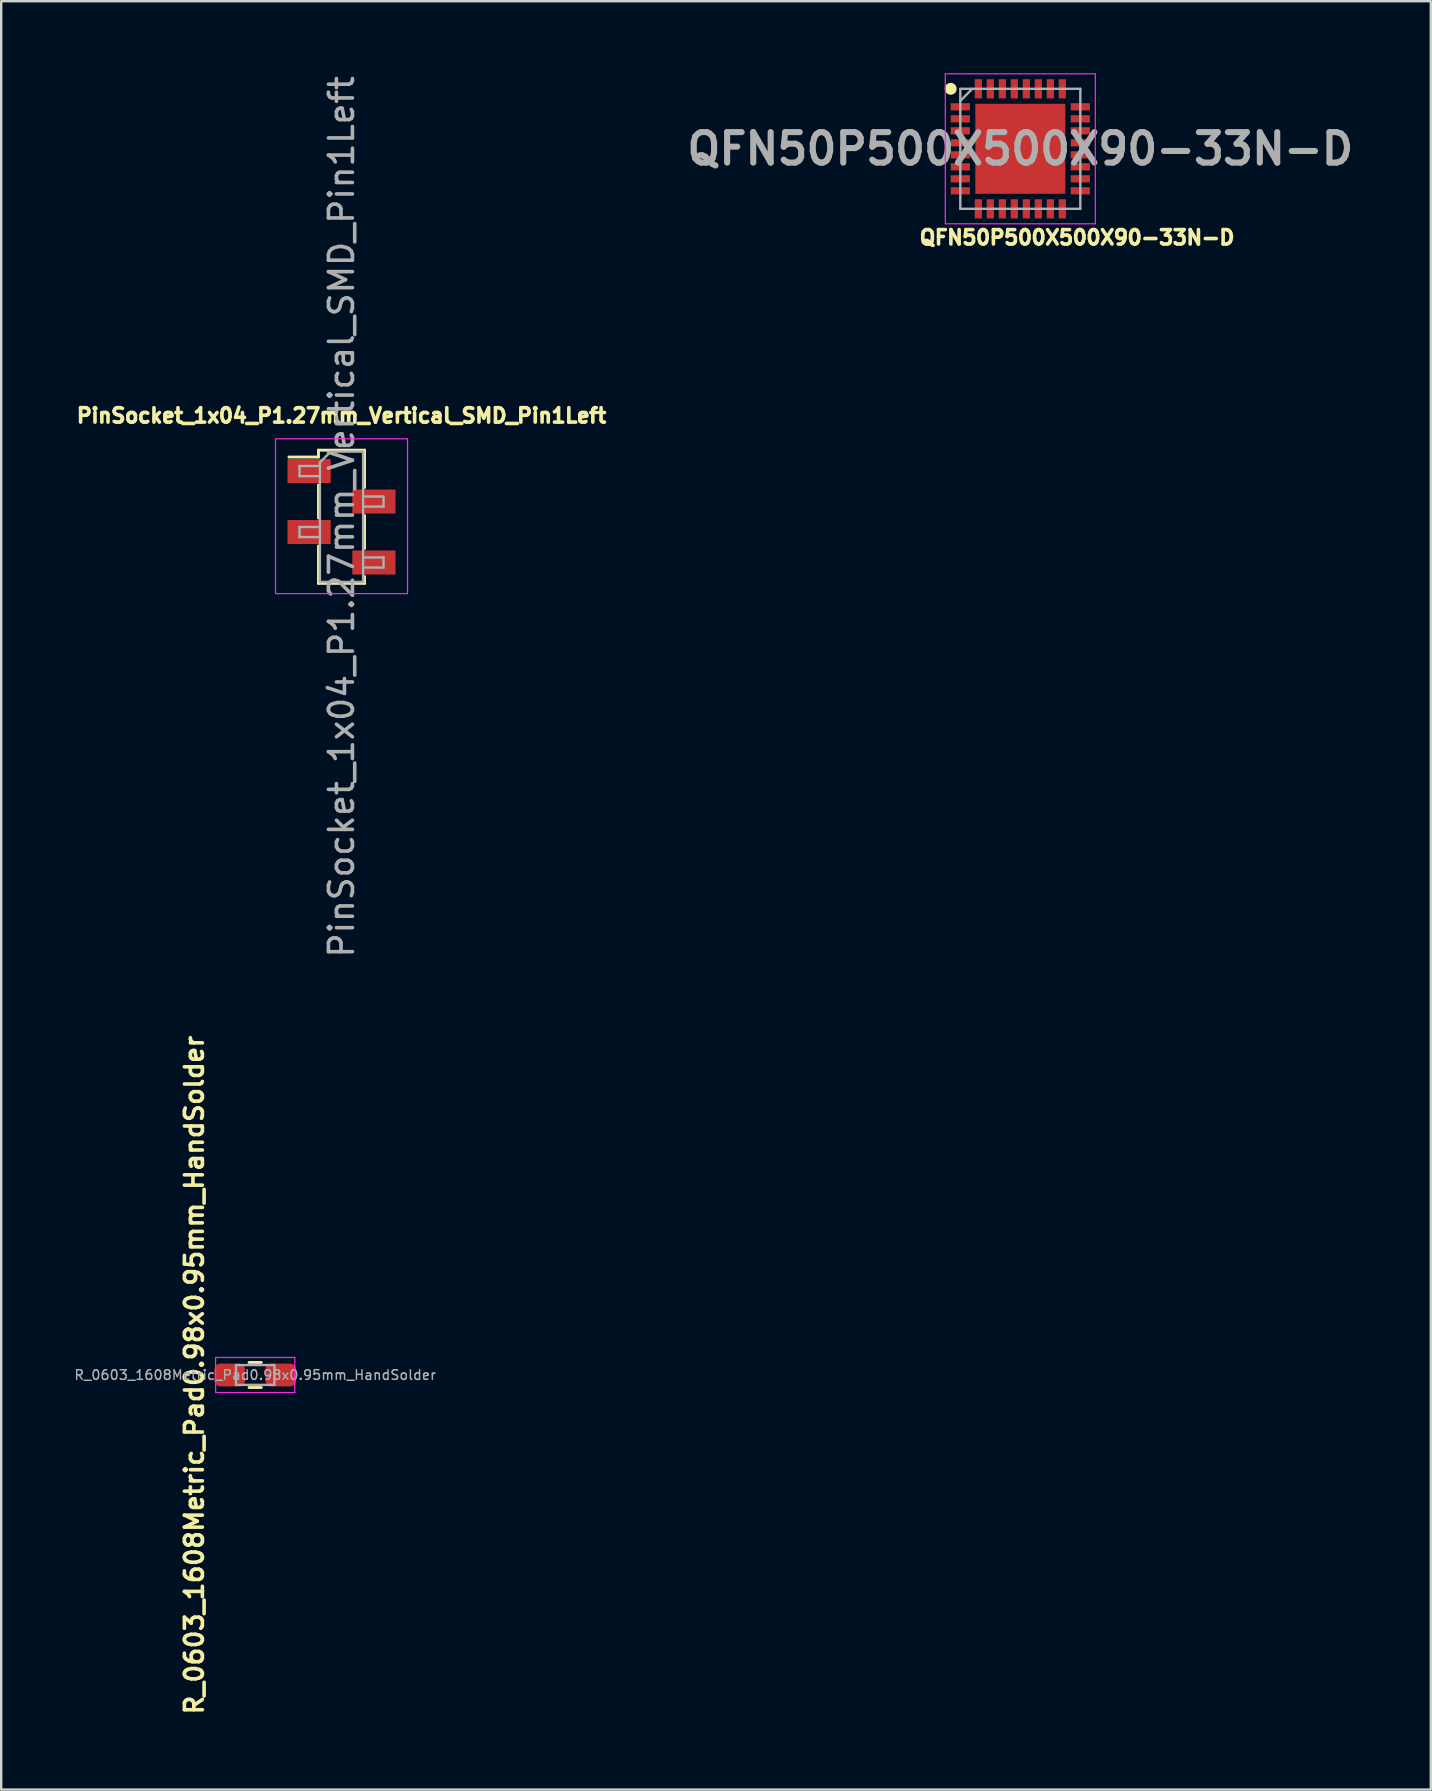
<source format=kicad_pcb>
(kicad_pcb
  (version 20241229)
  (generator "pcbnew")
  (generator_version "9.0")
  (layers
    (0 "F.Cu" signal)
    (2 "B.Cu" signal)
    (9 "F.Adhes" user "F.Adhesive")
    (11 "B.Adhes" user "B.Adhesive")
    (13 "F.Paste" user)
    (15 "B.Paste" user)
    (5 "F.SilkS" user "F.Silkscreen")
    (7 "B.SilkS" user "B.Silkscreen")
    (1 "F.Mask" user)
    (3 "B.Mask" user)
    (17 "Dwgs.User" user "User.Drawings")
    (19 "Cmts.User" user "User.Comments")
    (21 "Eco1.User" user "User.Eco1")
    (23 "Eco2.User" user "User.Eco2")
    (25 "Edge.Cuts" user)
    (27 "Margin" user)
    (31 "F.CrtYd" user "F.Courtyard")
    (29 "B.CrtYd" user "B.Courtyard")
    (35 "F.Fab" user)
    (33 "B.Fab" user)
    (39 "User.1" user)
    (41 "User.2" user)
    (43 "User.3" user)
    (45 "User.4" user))
  (footprint "PinSocket_1x04_P1.27mm_Vertical_SMD_Pin1Left"
    (layer "F.Cu")
    (at 11.179 18.482)
    (property "Reference" "PinSocket_1x04_P1.27mm_Vertical_SMD_Pin1Left" (at 0 -4.215 0) (layer "F.SilkS") (effects (font (size 0.6 0.6) (thickness 0.15))))
    (attr smd)
    (fp_line (start -2.19 -2.49) (end -0.96 -2.49) (stroke (width 0.12) (type solid)) (layer "F.SilkS"))
    (fp_line (start -0.96 -2.775) (end -0.96 -2.49) (stroke (width 0.12) (type solid)) (layer "F.SilkS"))
    (fp_line (start -0.96 -2.775) (end 0.96 -2.775) (stroke (width 0.12) (type solid)) (layer "F.SilkS"))
    (fp_line (start -0.96 -1.32) (end -0.96 0.05) (stroke (width 0.12) (type solid)) (layer "F.SilkS"))
    (fp_line (start -0.96 1.22) (end -0.96 2.775) (stroke (width 0.12) (type solid)) (layer "F.SilkS"))
    (fp_line (start -0.96 2.775) (end 0.96 2.775) (stroke (width 0.12) (type solid)) (layer "F.SilkS"))
    (fp_line (start 0.96 -2.775) (end 0.96 -1.22) (stroke (width 0.12) (type solid)) (layer "F.SilkS"))
    (fp_line (start 0.96 -0.05) (end 0.96 1.32) (stroke (width 0.12) (type solid)) (layer "F.SilkS"))
    (fp_line (start 0.96 2.49) (end 0.96 2.775) (stroke (width 0.12) (type solid)) (layer "F.SilkS"))
    (fp_line (start -2.75 -3.25) (end 2.75 -3.25) (stroke (width 0.05) (type solid)) (layer "F.CrtYd"))
    (fp_line (start -2.75 3.2) (end -2.75 -3.25) (stroke (width 0.05) (type solid)) (layer "F.CrtYd"))
    (fp_line (start 2.75 -3.25) (end 2.75 3.2) (stroke (width 0.05) (type solid)) (layer "F.CrtYd"))
    (fp_line (start 2.75 3.2) (end -2.75 3.2) (stroke (width 0.05) (type solid)) (layer "F.CrtYd"))
    (fp_line (start -1.75 -2.115) (end -0.9 -2.115) (stroke (width 0.1) (type solid)) (layer "F.Fab"))
    (fp_line (start -1.75 -1.695) (end -1.75 -2.115) (stroke (width 0.1) (type solid)) (layer "F.Fab"))
    (fp_line (start -1.75 0.425) (end -0.9 0.425) (stroke (width 0.1) (type solid)) (layer "F.Fab"))
    (fp_line (start -1.75 0.845) (end -1.75 0.425) (stroke (width 0.1) (type solid)) (layer "F.Fab"))
    (fp_line (start -0.9 -2.265) (end -0.45 -2.715) (stroke (width 0.1) (type solid)) (layer "F.Fab"))
    (fp_line (start -0.9 -1.695) (end -1.75 -1.695) (stroke (width 0.1) (type solid)) (layer "F.Fab"))
    (fp_line (start -0.9 0.845) (end -1.75 0.845) (stroke (width 0.1) (type solid)) (layer "F.Fab"))
    (fp_line (start -0.9 2.715) (end -0.9 -2.265) (stroke (width 0.1) (type solid)) (layer "F.Fab"))
    (fp_line (start -0.45 -2.715) (end 0.9 -2.715) (stroke (width 0.1) (type solid)) (layer "F.Fab"))
    (fp_line (start 0.9 -2.715) (end 0.9 2.715) (stroke (width 0.1) (type solid)) (layer "F.Fab"))
    (fp_line (start 0.9 -0.845) (end 1.75 -0.845) (stroke (width 0.1) (type solid)) (layer "F.Fab"))
    (fp_line (start 0.9 1.695) (end 1.75 1.695) (stroke (width 0.1) (type solid)) (layer "F.Fab"))
    (fp_line (start 0.9 2.715) (end -0.9 2.715) (stroke (width 0.1) (type solid)) (layer "F.Fab"))
    (fp_line (start 1.75 -0.845) (end 1.75 -0.425) (stroke (width 0.1) (type solid)) (layer "F.Fab"))
    (fp_line (start 1.75 -0.425) (end 0.9 -0.425) (stroke (width 0.1) (type solid)) (layer "F.Fab"))
    (fp_line (start 1.75 1.695) (end 1.75 2.115) (stroke (width 0.1) (type solid)) (layer "F.Fab"))
    (fp_line (start 1.75 2.115) (end 0.9 2.115) (stroke (width 0.1) (type solid)) (layer "F.Fab"))
    (fp_text user "${REFERENCE}" (at 0 0 90) (layer "F.Fab") (effects (font (size 1 1) (thickness 0.15))))
    (pad "1" smd rect (at -1.35 -1.905) (size 1.8 1) (layers "F.Cu" "F.Mask" "F.Paste"))
    (pad "2" smd rect (at 1.35 -0.635) (size 1.8 1) (layers "F.Cu" "F.Mask" "F.Paste"))
    (pad "3" smd rect (at -1.35 0.635) (size 1.8 1) (layers "F.Cu" "F.Mask" "F.Paste"))
    (pad "4" smd rect (at 1.35 1.905) (size 1.8 1) (layers "F.Cu" "F.Mask" "F.Paste")))
  (footprint "R_0603_1608Metric_Pad0.98x0.95mm_HandSolder"
    (layer "F.Cu")
    (at 7.583 54.239)
    (property "Reference" "R_0603_1608Metric_Pad0.98x0.95mm_HandSolder" (at -2.54 0 90) (layer "F.SilkS") (effects (font (size 0.75 0.75) (thickness 0.15))))
    (attr smd)
    (fp_line (start -0.255 -0.522) (end 0.255 -0.522) (stroke (width 0.12) (type solid)) (layer "F.SilkS"))
    (fp_line (start -0.255 0.522) (end 0.255 0.522) (stroke (width 0.12) (type solid)) (layer "F.SilkS"))
    (fp_line (start -1.65 -0.73) (end 1.65 -0.73) (stroke (width 0.05) (type solid)) (layer "F.CrtYd"))
    (fp_line (start -1.65 0.73) (end -1.65 -0.73) (stroke (width 0.05) (type solid)) (layer "F.CrtYd"))
    (fp_line (start 1.65 -0.73) (end 1.65 0.73) (stroke (width 0.05) (type solid)) (layer "F.CrtYd"))
    (fp_line (start 1.65 0.73) (end -1.65 0.73) (stroke (width 0.05) (type solid)) (layer "F.CrtYd"))
    (fp_line (start -0.8 -0.412) (end 0.8 -0.412) (stroke (width 0.1) (type solid)) (layer "F.Fab"))
    (fp_line (start -0.8 0.412) (end -0.8 -0.412) (stroke (width 0.1) (type solid)) (layer "F.Fab"))
    (fp_line (start 0.8 -0.412) (end 0.8 0.412) (stroke (width 0.1) (type solid)) (layer "F.Fab"))
    (fp_line (start 0.8 0.412) (end -0.8 0.412) (stroke (width 0.1) (type solid)) (layer "F.Fab"))
    (fp_text user "${REFERENCE}" (at 0 0 0) (layer "F.Fab") (effects (font (size 0.4 0.4) (thickness 0.06))))
    (pad "1" smd roundrect (at -1.062 0) (size 1.275 0.95) (layers "F.Cu" "F.Mask" "F.Paste") (roundrect_rratio 0.25))
    (pad "2" smd roundrect (at 1.062 0) (size 1.275 0.95) (layers "F.Cu" "F.Mask" "F.Paste") (roundrect_rratio 0.25)))
  (footprint "QFN50P500X500X90-33N-D"
    (layer "F.Cu")
    (at 39.462 3.15)
    (property "Reference" "QFN50P500X500X90-33N-D" (at 2.364 3.696 0) (layer "F.SilkS") (effects (font (size 0.6 0.6) (thickness 0.15))))
    (attr smd)
    (fp_circle (center -2.9 -2.5) (end -2.9 -2.375) (stroke (width 0.25) (type solid)) (fill no) (layer "F.SilkS"))
    (fp_line (start -3.125 -3.125) (end 3.125 -3.125) (stroke (width 0.05) (type solid)) (layer "F.CrtYd"))
    (fp_line (start -3.125 3.125) (end -3.125 -3.125) (stroke (width 0.05) (type solid)) (layer "F.CrtYd"))
    (fp_line (start 3.125 -3.125) (end 3.125 3.125) (stroke (width 0.05) (type solid)) (layer "F.CrtYd"))
    (fp_line (start 3.125 3.125) (end -3.125 3.125) (stroke (width 0.05) (type solid)) (layer "F.CrtYd"))
    (fp_line (start -2.5 -2.5) (end 2.5 -2.5) (stroke (width 0.1) (type solid)) (layer "F.Fab"))
    (fp_line (start -2.5 -2) (end -2 -2.5) (stroke (width 0.1) (type solid)) (layer "F.Fab"))
    (fp_line (start -2.5 2.5) (end -2.5 -2.5) (stroke (width 0.1) (type solid)) (layer "F.Fab"))
    (fp_line (start 2.5 -2.5) (end 2.5 2.5) (stroke (width 0.1) (type solid)) (layer "F.Fab"))
    (fp_line (start 2.5 2.5) (end -2.5 2.5) (stroke (width 0.1) (type solid)) (layer "F.Fab"))
    (fp_text user "${REFERENCE}" (at 0 0 0) (layer "F.Fab") (effects (font (size 1.27 1.27) (thickness 0.254))))
    (pad "1" smd rect (at -2.5 -1.75 90) (size 0.3 0.8) (layers "F.Cu" "F.Mask" "F.Paste"))
    (pad "2" smd rect (at -2.5 -1.25 90) (size 0.3 0.8) (layers "F.Cu" "F.Mask" "F.Paste"))
    (pad "3" smd rect (at -2.5 -0.75 90) (size 0.3 0.8) (layers "F.Cu" "F.Mask" "F.Paste"))
    (pad "4" smd rect (at -2.5 -0.25 90) (size 0.3 0.8) (layers "F.Cu" "F.Mask" "F.Paste"))
    (pad "5" smd rect (at -2.5 0.25 90) (size 0.3 0.8) (layers "F.Cu" "F.Mask" "F.Paste"))
    (pad "6" smd rect (at -2.5 0.75 90) (size 0.3 0.8) (layers "F.Cu" "F.Mask" "F.Paste"))
    (pad "7" smd rect (at -2.5 1.25 90) (size 0.3 0.8) (layers "F.Cu" "F.Mask" "F.Paste"))
    (pad "8" smd rect (at -2.5 1.75 90) (size 0.3 0.8) (layers "F.Cu" "F.Mask" "F.Paste"))
    (pad "9" smd rect (at -1.75 2.5) (size 0.3 0.8) (layers "F.Cu" "F.Mask" "F.Paste"))
    (pad "10" smd rect (at -1.25 2.5) (size 0.3 0.8) (layers "F.Cu" "F.Mask" "F.Paste"))
    (pad "11" smd rect (at -0.75 2.5) (size 0.3 0.8) (layers "F.Cu" "F.Mask" "F.Paste"))
    (pad "12" smd rect (at -0.25 2.5) (size 0.3 0.8) (layers "F.Cu" "F.Mask" "F.Paste"))
    (pad "13" smd rect (at 0.25 2.5) (size 0.3 0.8) (layers "F.Cu" "F.Mask" "F.Paste"))
    (pad "14" smd rect (at 0.75 2.5) (size 0.3 0.8) (layers "F.Cu" "F.Mask" "F.Paste"))
    (pad "15" smd rect (at 1.25 2.5) (size 0.3 0.8) (layers "F.Cu" "F.Mask" "F.Paste"))
    (pad "16" smd rect (at 1.75 2.5) (size 0.3 0.8) (layers "F.Cu" "F.Mask" "F.Paste"))
    (pad "17" smd rect (at 2.5 1.75 90) (size 0.3 0.8) (layers "F.Cu" "F.Mask" "F.Paste"))
    (pad "18" smd rect (at 2.5 1.25 90) (size 0.3 0.8) (layers "F.Cu" "F.Mask" "F.Paste"))
    (pad "19" smd rect (at 2.5 0.75 90) (size 0.3 0.8) (layers "F.Cu" "F.Mask" "F.Paste"))
    (pad "20" smd rect (at 2.5 0.25 90) (size 0.3 0.8) (layers "F.Cu" "F.Mask" "F.Paste"))
    (pad "21" smd rect (at 2.5 -0.25 90) (size 0.3 0.8) (layers "F.Cu" "F.Mask" "F.Paste"))
    (pad "22" smd rect (at 2.5 -0.75 90) (size 0.3 0.8) (layers "F.Cu" "F.Mask" "F.Paste"))
    (pad "23" smd rect (at 2.5 -1.25 90) (size 0.3 0.8) (layers "F.Cu" "F.Mask" "F.Paste"))
    (pad "24" smd rect (at 2.5 -1.75 90) (size 0.3 0.8) (layers "F.Cu" "F.Mask" "F.Paste"))
    (pad "25" smd rect (at 1.75 -2.5) (size 0.3 0.8) (layers "F.Cu" "F.Mask" "F.Paste"))
    (pad "26" smd rect (at 1.25 -2.5) (size 0.3 0.8) (layers "F.Cu" "F.Mask" "F.Paste"))
    (pad "27" smd rect (at 0.75 -2.5) (size 0.3 0.8) (layers "F.Cu" "F.Mask" "F.Paste"))
    (pad "28" smd rect (at 0.25 -2.5) (size 0.3 0.8) (layers "F.Cu" "F.Mask" "F.Paste"))
    (pad "29" smd rect (at -0.25 -2.5) (size 0.3 0.8) (layers "F.Cu" "F.Mask" "F.Paste"))
    (pad "30" smd rect (at -0.75 -2.5) (size 0.3 0.8) (layers "F.Cu" "F.Mask" "F.Paste"))
    (pad "31" smd rect (at -1.25 -2.5) (size 0.3 0.8) (layers "F.Cu" "F.Mask" "F.Paste"))
    (pad "32" smd rect (at -1.75 -2.5) (size 0.3 0.8) (layers "F.Cu" "F.Mask" "F.Paste"))
    (pad "33" smd rect (at 0 0) (size 3.75 3.75) (layers "F.Cu" "F.Mask" "F.Paste")))
  (gr_rect
    (start -3 -3)
    (end 56.565 71.514)
    (stroke (width 0.1) (type default))
    (fill no)
    (layer "Edge.Cuts")))
</source>
